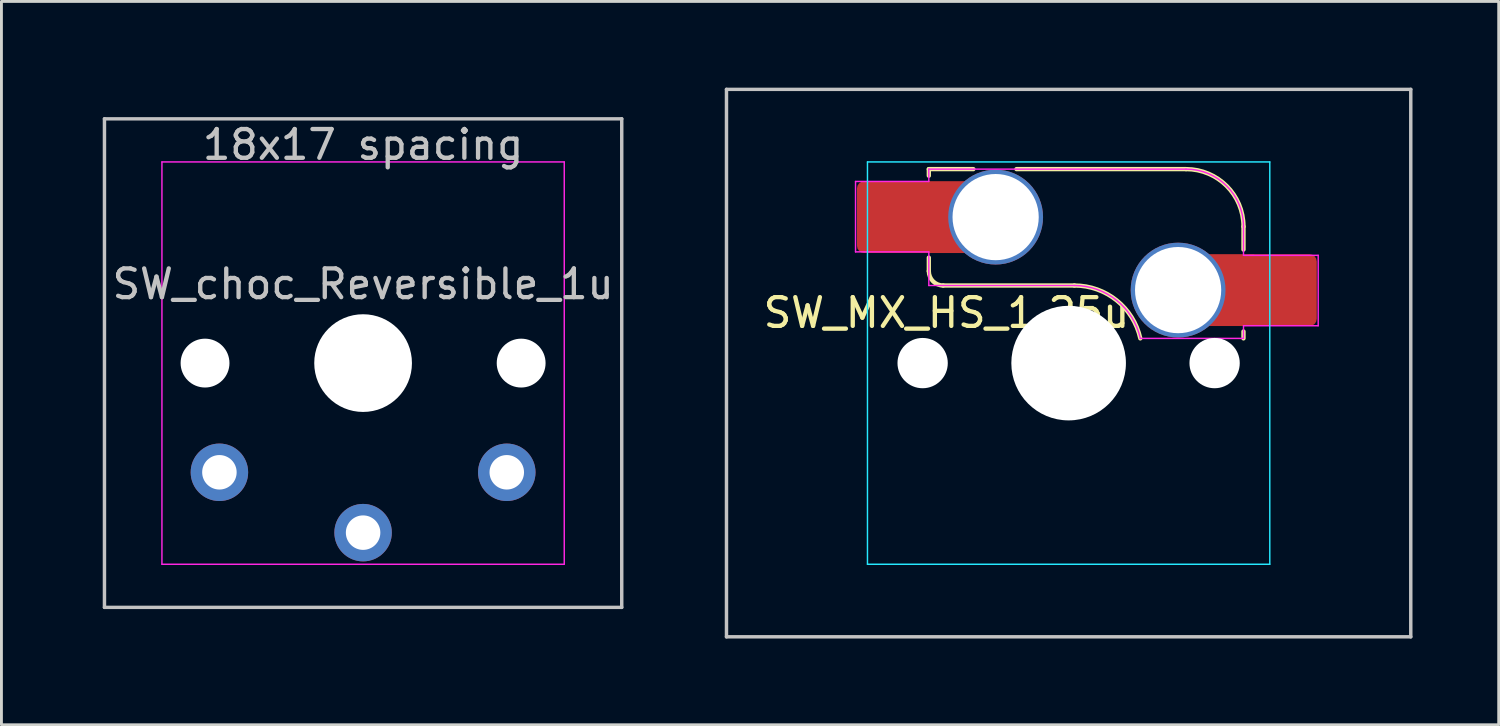
<source format=kicad_pcb>
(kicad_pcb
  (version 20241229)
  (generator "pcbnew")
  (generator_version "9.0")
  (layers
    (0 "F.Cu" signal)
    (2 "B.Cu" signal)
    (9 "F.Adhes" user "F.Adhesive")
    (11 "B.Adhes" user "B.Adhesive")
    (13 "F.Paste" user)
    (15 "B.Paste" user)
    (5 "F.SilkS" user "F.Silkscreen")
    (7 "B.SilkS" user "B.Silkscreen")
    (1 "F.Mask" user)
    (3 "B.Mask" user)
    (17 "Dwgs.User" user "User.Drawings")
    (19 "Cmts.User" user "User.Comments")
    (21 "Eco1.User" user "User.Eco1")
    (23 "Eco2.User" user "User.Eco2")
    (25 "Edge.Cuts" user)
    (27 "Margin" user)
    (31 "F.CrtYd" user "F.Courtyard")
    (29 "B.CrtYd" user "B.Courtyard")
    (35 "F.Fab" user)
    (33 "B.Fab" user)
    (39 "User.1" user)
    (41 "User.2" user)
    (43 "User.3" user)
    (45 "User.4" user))
  (footprint "SW_choc_Reversible_1u"
    (layer "F.Cu")
    (at 9.585 9.585)
    (property "Reference" "SW_choc_Reversible_1u" (at 0 -2.75 180) (layer "Dwgs.User") (effects (font (size 1 1) (thickness 0.15))))
    (attr through_hole exclude_from_pos_files exclude_from_bom)
    (fp_line (start -9 -8.5) (end 9 -8.5) (stroke (width 0.12) (type solid)) (layer "Dwgs.User"))
    (fp_line (start -9 8.5) (end -9 -8.5) (stroke (width 0.12) (type solid)) (layer "Dwgs.User"))
    (fp_line (start 9 -8.5) (end 9 8.5) (stroke (width 0.12) (type solid)) (layer "Dwgs.User"))
    (fp_line (start 9 8.5) (end -9 8.5) (stroke (width 0.12) (type solid)) (layer "Dwgs.User"))
    (fp_line (start -9.525 -9.525) (end -9.525 9.525) (stroke (width 0.12) (type solid)) (layer "Eco1.User"))
    (fp_line (start -9.525 9.525) (end 9.525 9.525) (stroke (width 0.12) (type solid)) (layer "Eco1.User"))
    (fp_line (start 9.525 -9.525) (end -9.525 -9.525) (stroke (width 0.12) (type solid)) (layer "Eco1.User"))
    (fp_line (start 9.525 9.525) (end 9.525 -9.525) (stroke (width 0.12) (type solid)) (layer "Eco1.User"))
    (fp_line (start -6.95 6.45) (end -6.95 -6.45) (stroke (width 0.05) (type solid)) (layer "Eco2.User"))
    (fp_line (start -6.45 -6.95) (end 6.45 -6.95) (stroke (width 0.05) (type solid)) (layer "Eco2.User"))
    (fp_line (start 6.45 6.95) (end -6.45 6.95) (stroke (width 0.05) (type solid)) (layer "Eco2.User"))
    (fp_line (start 6.95 -6.45) (end 6.95 6.45) (stroke (width 0.05) (type solid)) (layer "Eco2.User"))
    (fp_arc (start -6.95 -6.45) (mid -6.803553 -6.803553) (end -6.45 -6.95) (stroke (width 0.05) (type solid)) (layer "Eco2.User"))
    (fp_arc (start -6.45 6.95) (mid -6.803553 6.803553) (end -6.95 6.45) (stroke (width 0.05) (type solid)) (layer "Eco2.User"))
    (fp_arc (start 6.45 -6.95) (mid 6.803553 -6.803553) (end 6.95 -6.45) (stroke (width 0.05) (type solid)) (layer "Eco2.User"))
    (fp_arc (start 6.95 6.45) (mid 6.803553 6.803553) (end 6.45 6.95) (stroke (width 0.05) (type solid)) (layer "Eco2.User"))
    (fp_line (start -7 -7) (end 7 -7) (stroke (width 0.05) (type solid)) (layer "F.CrtYd"))
    (fp_line (start -7 7) (end -7 -7) (stroke (width 0.05) (type solid)) (layer "F.CrtYd"))
    (fp_line (start 7 -7) (end 7 7) (stroke (width 0.05) (type solid)) (layer "F.CrtYd"))
    (fp_line (start 7 7) (end -7 7) (stroke (width 0.05) (type solid)) (layer "F.CrtYd"))
    (fp_text user "18x17 spacing" (at 0 -7.6 180) (layer "Dwgs.User") (effects (font (size 1 1) (thickness 0.15))))
    (fp_text user "19.05 spacing" (at 0 -8.7 180) (layer "Eco1.User") (effects (font (size 1 1) (thickness 0.15))))
    (pad "" np_thru_hole circle (at -5.5 0 180) (size 1.7 1.7) (drill 1.7) (layers "*.Cu" "*.Mask"))
    (pad "" np_thru_hole circle (at 0 0 180) (size 3.4 3.4) (drill 3.4) (layers "*.Cu" "*.Mask"))
    (pad "" np_thru_hole circle (at 5.5 0 180) (size 1.7 1.7) (drill 1.7) (layers "*.Cu" "*.Mask"))
    (pad "1" thru_hole circle (at -5 3.8 180) (size 2 2) (drill 1.2) (layers "*.Cu" "B.Mask"))
    (pad "1" thru_hole circle (at 5 3.8) (size 2 2) (drill 1.2) (layers "*.Cu" "B.Mask"))
    (pad "2" thru_hole circle (at 0 5.9 180) (size 2 2) (drill 1.2) (layers "*.Cu" "B.Mask")))
  (footprint "SW_MX_HS_1.25u"
    (layer "F.Cu")
    (at 34.136 9.585)
    (property "Reference" "SW_MX_HS_1.25u" (at -4.25 -1.75 0) (layer "F.SilkS") (effects (font (size 1 1) (thickness 0.15))))
    (attr smd)
    (fp_line (start -4.865 -6.75) (end -4.865 -6.52) (stroke (width 0.15) (type solid)) (layer "F.SilkS"))
    (fp_line (start -4.865 -3.67) (end -4.865 -3.2) (stroke (width 0.15) (type solid)) (layer "F.SilkS"))
    (fp_line (start -4.365 -2.7) (end 0.2 -2.7) (stroke (width 0.15) (type solid)) (layer "F.SilkS"))
    (fp_line (start -3.315 -6.75) (end -4.865 -6.75) (stroke (width 0.15) (type solid)) (layer "F.SilkS"))
    (fp_line (start 4.085 -6.75) (end -1.815 -6.75) (stroke (width 0.15) (type solid)) (layer "F.SilkS"))
    (fp_line (start 6.085 -3.95) (end 6.085 -4.75) (stroke (width 0.15) (type solid)) (layer "F.SilkS"))
    (fp_line (start 6.085 -1.1) (end 6.085 -0.86) (stroke (width 0.15) (type solid)) (layer "F.SilkS"))
    (fp_arc (start -4.364824 -2.70022) (mid -4.718377 -2.846667) (end -4.864824 -3.20022) (stroke (width 0.15) (type solid)) (layer "F.SilkS"))
    (fp_arc (start 0.2 -2.70022) (mid 1.670693 -2.183637) (end 2.494322 -0.86022) (stroke (width 0.15) (type solid)) (layer "F.SilkS"))
    (fp_arc (start 4.085176 -6.75022) (mid 5.49939 -6.164434) (end 6.085176 -4.75022) (stroke (width 0.15) (type solid)) (layer "F.SilkS"))
    (fp_line (start -11.906 -9.525) (end 11.906 -9.525) (stroke (width 0.12) (type solid)) (layer "Dwgs.User"))
    (fp_line (start -11.906 9.525) (end -11.906 -9.525) (stroke (width 0.12) (type solid)) (layer "Dwgs.User"))
    (fp_line (start 11.906 -9.525) (end 11.906 9.525) (stroke (width 0.12) (type solid)) (layer "Dwgs.User"))
    (fp_line (start 11.906 9.525) (end -11.906 9.525) (stroke (width 0.12) (type solid)) (layer "Dwgs.User"))
    (fp_line (start -7 -6.5) (end -7 6.5) (stroke (width 0.05) (type solid)) (layer "Eco2.User"))
    (fp_line (start -6.5 7) (end 6.5 7) (stroke (width 0.05) (type solid)) (layer "Eco2.User"))
    (fp_line (start 6.5 -7) (end -6.5 -7) (stroke (width 0.05) (type solid)) (layer "Eco2.User"))
    (fp_line (start 7 6.5) (end 7 -6.5) (stroke (width 0.05) (type solid)) (layer "Eco2.User"))
    (fp_arc (start -7 -6.5) (mid -6.853553 -6.853553) (end -6.5 -7) (stroke (width 0.05) (type solid)) (layer "Eco2.User"))
    (fp_arc (start -6.497236 6.998884) (mid -6.850789 6.852437) (end -6.997236 6.498884) (stroke (width 0.05) (type solid)) (layer "Eco2.User"))
    (fp_arc (start 6.5 -7) (mid 6.853553 -6.853553) (end 7 -6.5) (stroke (width 0.05) (type solid)) (layer "Eco2.User"))
    (fp_arc (start 7 6.5) (mid 6.853553 6.853553) (end 6.5 7) (stroke (width 0.05) (type solid)) (layer "Eco2.User"))
    (fp_line (start -7 -7) (end 7 -7) (stroke (width 0.05) (type solid)) (layer "B.CrtYd"))
    (fp_line (start -7 7) (end -7 -7) (stroke (width 0.05) (type solid)) (layer "B.CrtYd"))
    (fp_line (start 7 -7) (end 7 7) (stroke (width 0.05) (type solid)) (layer "B.CrtYd"))
    (fp_line (start 7 7) (end -7 7) (stroke (width 0.05) (type solid)) (layer "B.CrtYd"))
    (fp_line (start -7.415 -6.32) (end -4.865 -6.32) (stroke (width 0.05) (type solid)) (layer "F.CrtYd"))
    (fp_line (start -7.415 -3.87) (end -7.415 -6.32) (stroke (width 0.05) (type solid)) (layer "F.CrtYd"))
    (fp_line (start -4.865 -6.75) (end -4.865 -6.32) (stroke (width 0.05) (type solid)) (layer "F.CrtYd"))
    (fp_line (start -4.865 -3.87) (end -7.415 -3.87) (stroke (width 0.05) (type solid)) (layer "F.CrtYd"))
    (fp_line (start -4.865 -3.87) (end -4.865 -2.7) (stroke (width 0.05) (type solid)) (layer "F.CrtYd"))
    (fp_line (start -4.865 -2.7) (end 0.2 -2.7) (stroke (width 0.05) (type solid)) (layer "F.CrtYd"))
    (fp_line (start 4.085 -6.75) (end -4.865 -6.75) (stroke (width 0.05) (type solid)) (layer "F.CrtYd"))
    (fp_line (start 6.085 -3.75) (end 6.085 -4.75) (stroke (width 0.05) (type solid)) (layer "F.CrtYd"))
    (fp_line (start 6.085 -3.75) (end 8.685 -3.75) (stroke (width 0.05) (type solid)) (layer "F.CrtYd"))
    (fp_line (start 6.085 -1.3) (end 6.085 -0.86) (stroke (width 0.05) (type solid)) (layer "F.CrtYd"))
    (fp_line (start 6.085 -0.86) (end 2.494 -0.86) (stroke (width 0.05) (type solid)) (layer "F.CrtYd"))
    (fp_line (start 8.685 -3.75) (end 8.685 -1.3) (stroke (width 0.05) (type solid)) (layer "F.CrtYd"))
    (fp_line (start 8.685 -1.3) (end 6.085 -1.3) (stroke (width 0.05) (type solid)) (layer "F.CrtYd"))
    (fp_arc (start 0.2 -2.70022) (mid 1.670503 -2.183399) (end 2.494322 -0.86022) (stroke (width 0.05) (type solid)) (layer "F.CrtYd"))
    (fp_arc (start 4.085176 -6.75022) (mid 5.49939 -6.164434) (end 6.085176 -4.75022) (stroke (width 0.05) (type solid)) (layer "F.CrtYd"))
    (pad "" np_thru_hole circle (at -5.08 0) (size 1.75 1.75) (drill 1.75) (layers "*.Cu" "*.Mask"))
    (pad "" np_thru_hole circle (at 0 0) (size 3.988 3.988) (drill 3.988) (layers "*.Cu" "*.Mask"))
    (pad "" np_thru_hole circle (at 5.08 0) (size 1.75 1.75) (drill 1.75) (layers "*.Cu" "*.Mask"))
    (pad "1" thru_hole circle (at 3.81 -2.54) (size 3.3 3.3) (drill 3) (layers "*.Cu" "*.Mask"))
    (pad "1" smd rect (at 5.635 -2.54 180) (size 1.65 2.5) (layers "F.Cu"))
    (pad "1" smd roundrect (at 7.36 -2.54) (size 2.55 2.5) (layers "F.Cu" "F.Mask" "F.Paste") (roundrect_rratio 0.1))
    (pad "2" smd roundrect (at -6.09 -5.08) (size 2.55 2.5) (layers "F.Cu" "F.Mask" "F.Paste") (roundrect_rratio 0.1))
    (pad "2" smd rect (at -4.34 -5.08) (size 1.65 2.5) (layers "F.Cu"))
    (pad "2" thru_hole circle (at -2.54 -5.08) (size 3.3 3.3) (drill 3) (layers "*.Cu" "*.Mask")))
  (gr_rect
    (start -3 -3)
    (end 49.102 22.17)
    (stroke (width 0.1) (type default))
    (fill no)
    (layer "Edge.Cuts")))
</source>
